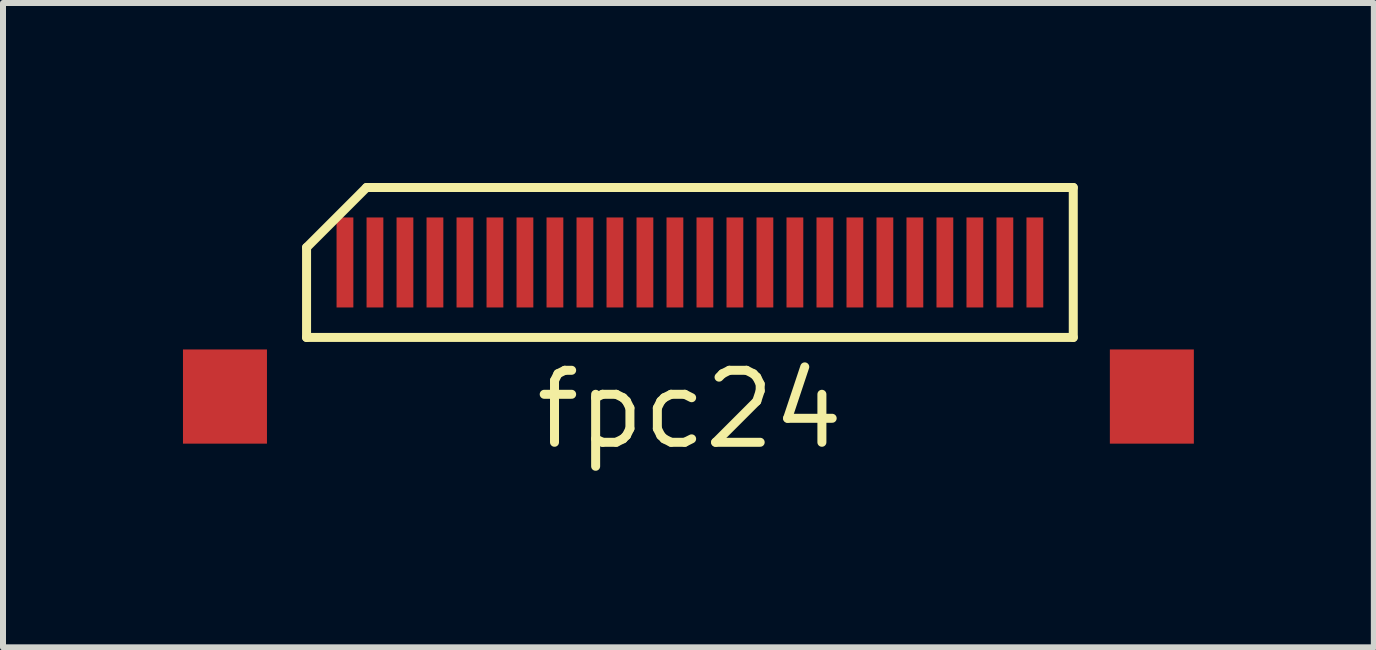
<source format=kicad_pcb>
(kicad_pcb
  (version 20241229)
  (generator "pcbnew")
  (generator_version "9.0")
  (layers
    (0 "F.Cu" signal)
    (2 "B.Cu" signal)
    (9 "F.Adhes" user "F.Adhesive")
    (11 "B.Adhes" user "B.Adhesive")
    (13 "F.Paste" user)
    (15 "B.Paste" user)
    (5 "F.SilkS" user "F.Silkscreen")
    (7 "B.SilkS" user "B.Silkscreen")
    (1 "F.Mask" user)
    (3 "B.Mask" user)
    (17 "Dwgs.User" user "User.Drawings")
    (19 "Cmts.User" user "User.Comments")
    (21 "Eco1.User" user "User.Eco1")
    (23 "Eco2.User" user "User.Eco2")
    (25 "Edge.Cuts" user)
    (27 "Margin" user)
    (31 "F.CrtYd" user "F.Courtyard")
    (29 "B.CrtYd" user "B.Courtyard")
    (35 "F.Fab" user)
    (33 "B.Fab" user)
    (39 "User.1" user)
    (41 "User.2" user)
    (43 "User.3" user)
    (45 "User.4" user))
  (footprint "fpc24"
    (layer "F.Cu")
    (at 8.45 1.325)
    (property "Reference" "fpc24" (at 0 2.45 0) (layer "F.SilkS") (effects (font (size 1.2 1.2) (thickness 0.15))))
    (attr through_hole)
    (fp_line (start -6.39 -0.25) (end -6.39 1.25) (stroke (width 0.15) (type solid)) (layer "F.SilkS"))
    (fp_line (start -6.39 1.25) (end 6.39 1.25) (stroke (width 0.15) (type solid)) (layer "F.SilkS"))
    (fp_line (start -5.39 -1.25) (end -6.39 -0.25) (stroke (width 0.15) (type solid)) (layer "F.SilkS"))
    (fp_line (start 6.39 -1.25) (end -5.39 -1.25) (stroke (width 0.15) (type solid)) (layer "F.SilkS"))
    (fp_line (start 6.39 1.25) (end 6.39 -1.25) (stroke (width 0.15) (type solid)) (layer "F.SilkS"))
    (pad "1" smd rect (at -5.75 0) (size 0.28 1.5) (layers "F.Cu" "F.Mask" "F.Paste"))
    (pad "2" smd rect (at -5.25 0) (size 0.28 1.5) (layers "F.Cu" "F.Mask" "F.Paste"))
    (pad "3" smd rect (at -4.75 0) (size 0.28 1.5) (layers "F.Cu" "F.Mask" "F.Paste"))
    (pad "4" smd rect (at -4.25 0) (size 0.28 1.5) (layers "F.Cu" "F.Mask" "F.Paste"))
    (pad "5" smd rect (at -3.75 0) (size 0.28 1.5) (layers "F.Cu" "F.Mask" "F.Paste"))
    (pad "6" smd rect (at -3.25 0) (size 0.28 1.5) (layers "F.Cu" "F.Mask" "F.Paste"))
    (pad "7" smd rect (at -2.75 0) (size 0.28 1.5) (layers "F.Cu" "F.Mask" "F.Paste"))
    (pad "8" smd rect (at -2.25 0) (size 0.28 1.5) (layers "F.Cu" "F.Mask" "F.Paste"))
    (pad "9" smd rect (at -1.75 0) (size 0.28 1.5) (layers "F.Cu" "F.Mask" "F.Paste"))
    (pad "10" smd rect (at -1.25 0) (size 0.28 1.5) (layers "F.Cu" "F.Mask" "F.Paste"))
    (pad "11" smd rect (at -0.75 0) (size 0.28 1.5) (layers "F.Cu" "F.Mask" "F.Paste"))
    (pad "12" smd rect (at -0.25 0) (size 0.28 1.5) (layers "F.Cu" "F.Mask" "F.Paste"))
    (pad "13" smd rect (at 0.25 0) (size 0.28 1.5) (layers "F.Cu" "F.Mask" "F.Paste"))
    (pad "14" smd rect (at 0.75 0) (size 0.28 1.5) (layers "F.Cu" "F.Mask" "F.Paste"))
    (pad "15" smd rect (at 1.25 0) (size 0.28 1.5) (layers "F.Cu" "F.Mask" "F.Paste"))
    (pad "16" smd rect (at 1.75 0) (size 0.28 1.5) (layers "F.Cu" "F.Mask" "F.Paste"))
    (pad "17" smd rect (at 2.25 0) (size 0.28 1.5) (layers "F.Cu" "F.Mask" "F.Paste"))
    (pad "18" smd rect (at 2.75 0) (size 0.28 1.5) (layers "F.Cu" "F.Mask" "F.Paste"))
    (pad "19" smd rect (at 3.25 0) (size 0.28 1.5) (layers "F.Cu" "F.Mask" "F.Paste"))
    (pad "20" smd rect (at 3.75 0) (size 0.28 1.5) (layers "F.Cu" "F.Mask" "F.Paste"))
    (pad "21" smd rect (at 4.25 0) (size 0.28 1.5) (layers "F.Cu" "F.Mask" "F.Paste"))
    (pad "22" smd rect (at 4.75 0) (size 0.28 1.5) (layers "F.Cu" "F.Mask" "F.Paste"))
    (pad "23" smd rect (at 5.25 0) (size 0.28 1.5) (layers "F.Cu" "F.Mask" "F.Paste"))
    (pad "24" smd rect (at 5.75 0) (size 0.28 1.5) (layers "F.Cu" "F.Mask" "F.Paste"))
    (pad "25" smd rect (at 7 1.45) (size 1.4 1.57) (drill (offset 0.7 0.785)) (layers "F.Cu" "F.Mask" "F.Paste"))
    (pad "26" smd rect (at -7.05 1.45) (size 1.4 1.57) (drill (offset -0.7 0.785)) (layers "F.Cu" "F.Mask" "F.Paste")))
  (gr_rect
    (start -3 -3)
    (end 19.85 7.74)
    (stroke (width 0.1) (type default))
    (fill no)
    (layer "Edge.Cuts")))
</source>
